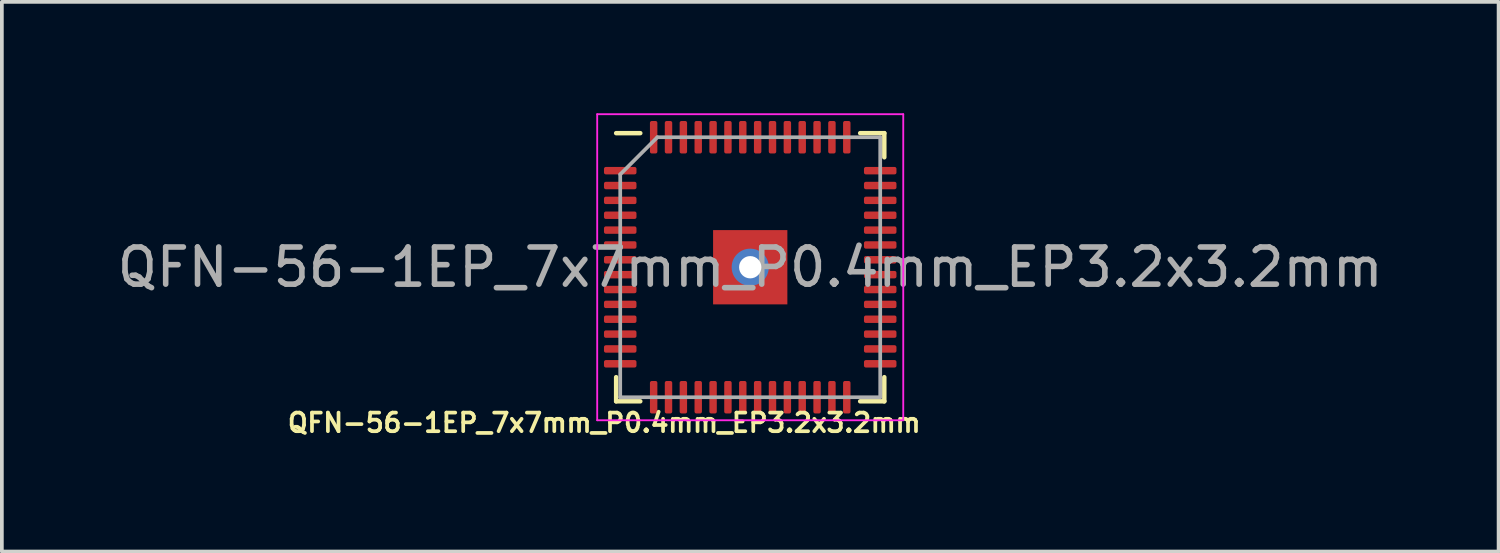
<source format=kicad_pcb>
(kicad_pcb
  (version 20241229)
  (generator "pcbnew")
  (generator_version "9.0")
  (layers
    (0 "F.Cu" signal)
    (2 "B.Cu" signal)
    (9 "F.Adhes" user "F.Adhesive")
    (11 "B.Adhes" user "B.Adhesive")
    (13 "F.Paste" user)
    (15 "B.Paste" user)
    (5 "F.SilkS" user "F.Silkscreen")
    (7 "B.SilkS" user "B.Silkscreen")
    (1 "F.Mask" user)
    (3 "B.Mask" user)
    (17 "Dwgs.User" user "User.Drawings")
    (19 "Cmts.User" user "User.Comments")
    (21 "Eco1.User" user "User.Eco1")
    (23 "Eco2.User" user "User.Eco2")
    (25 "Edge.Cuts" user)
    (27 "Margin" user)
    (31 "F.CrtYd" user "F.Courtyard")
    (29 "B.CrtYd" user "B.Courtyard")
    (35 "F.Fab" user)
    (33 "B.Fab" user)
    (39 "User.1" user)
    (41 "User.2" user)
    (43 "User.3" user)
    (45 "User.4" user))
  (footprint "QFN-56-1EP_7x7mm_P0.4mm_EP3.2x3.2mm"
    (layer "F.Cu")
    (at 17.149 4.145)
    (property "Reference" "QFN-56-1EP_7x7mm_P0.4mm_EP3.2x3.2mm" (at -3.93 4.188 0) (layer "F.SilkS") (effects (font (size 0.5 0.5) (thickness 0.1) (bold yes))))
    (attr smd)
    (fp_line (start -3.61 -3.61) (end -2.96 -3.61) (stroke (width 0.12) (type solid)) (layer "F.SilkS"))
    (fp_line (start -3.61 2.96) (end -3.61 3.61) (stroke (width 0.12) (type solid)) (layer "F.SilkS"))
    (fp_line (start -3.61 3.61) (end -2.96 3.61) (stroke (width 0.12) (type solid)) (layer "F.SilkS"))
    (fp_line (start 3.61 -3.61) (end 2.96 -3.61) (stroke (width 0.12) (type solid)) (layer "F.SilkS"))
    (fp_line (start 3.61 -2.96) (end 3.61 -3.61) (stroke (width 0.12) (type solid)) (layer "F.SilkS"))
    (fp_line (start 3.61 2.96) (end 3.61 3.61) (stroke (width 0.12) (type solid)) (layer "F.SilkS"))
    (fp_line (start 3.61 3.61) (end 2.96 3.61) (stroke (width 0.12) (type solid)) (layer "F.SilkS"))
    (fp_line (start -4.12 -4.12) (end 4.12 -4.12) (stroke (width 0.05) (type solid)) (layer "F.CrtYd"))
    (fp_line (start -4.12 4.12) (end -4.12 -4.12) (stroke (width 0.05) (type solid)) (layer "F.CrtYd"))
    (fp_line (start 4.12 -4.12) (end 4.12 4.12) (stroke (width 0.05) (type solid)) (layer "F.CrtYd"))
    (fp_line (start 4.12 4.12) (end -4.12 4.12) (stroke (width 0.05) (type solid)) (layer "F.CrtYd"))
    (fp_line (start -3.5 -2.5) (end -3.5 3.5) (stroke (width 0.1) (type solid)) (layer "F.Fab"))
    (fp_line (start -3.5 3.5) (end 3.5 3.5) (stroke (width 0.1) (type solid)) (layer "F.Fab"))
    (fp_line (start -2.5 -3.5) (end -3.5 -2.5) (stroke (width 0.1) (type solid)) (layer "F.Fab"))
    (fp_line (start 3.5 -3.5) (end -2.5 -3.5) (stroke (width 0.1) (type solid)) (layer "F.Fab"))
    (fp_line (start 3.5 3.5) (end 3.5 -3.5) (stroke (width 0.1) (type solid)) (layer "F.Fab"))
    (fp_text user "${REFERENCE}" (at 0 0 0) (layer "F.Fab") (effects (font (size 1 1) (thickness 0.15))))
    (pad "" smd roundrect (at -0.6 -0.6) (size 0.8 0.8) (layers "F.Paste") (roundrect_rratio 0.194))
    (pad "" smd roundrect (at -0.6 0.6) (size 0.8 0.8) (layers "F.Paste") (roundrect_rratio 0.194))
    (pad "" smd roundrect (at 0.6 -0.6) (size 0.8 0.8) (layers "F.Paste") (roundrect_rratio 0.194))
    (pad "" smd roundrect (at 0.6 0.6) (size 0.8 0.8) (layers "F.Paste") (roundrect_rratio 0.194))
    (pad "1" smd roundrect (at -3.5 -2.6) (size 0.875 0.2) (layers "F.Cu" "F.Mask" "F.Paste") (roundrect_rratio 0.25))
    (pad "2" smd roundrect (at -3.5 -2.2) (size 0.875 0.2) (layers "F.Cu" "F.Mask" "F.Paste") (roundrect_rratio 0.25))
    (pad "3" smd roundrect (at -3.5 -1.8) (size 0.875 0.2) (layers "F.Cu" "F.Mask" "F.Paste") (roundrect_rratio 0.25))
    (pad "4" smd roundrect (at -3.5 -1.4) (size 0.875 0.2) (layers "F.Cu" "F.Mask" "F.Paste") (roundrect_rratio 0.25))
    (pad "5" smd roundrect (at -3.5 -1) (size 0.875 0.2) (layers "F.Cu" "F.Mask" "F.Paste") (roundrect_rratio 0.25))
    (pad "6" smd roundrect (at -3.5 -0.6) (size 0.875 0.2) (layers "F.Cu" "F.Mask" "F.Paste") (roundrect_rratio 0.25))
    (pad "7" smd roundrect (at -3.5 -0.2) (size 0.875 0.2) (layers "F.Cu" "F.Mask" "F.Paste") (roundrect_rratio 0.25))
    (pad "8" smd roundrect (at -3.5 0.2) (size 0.875 0.2) (layers "F.Cu" "F.Mask" "F.Paste") (roundrect_rratio 0.25))
    (pad "9" smd roundrect (at -3.5 0.6) (size 0.875 0.2) (layers "F.Cu" "F.Mask" "F.Paste") (roundrect_rratio 0.25))
    (pad "10" smd roundrect (at -3.5 1) (size 0.875 0.2) (layers "F.Cu" "F.Mask" "F.Paste") (roundrect_rratio 0.25))
    (pad "11" smd roundrect (at -3.5 1.4) (size 0.875 0.2) (layers "F.Cu" "F.Mask" "F.Paste") (roundrect_rratio 0.25))
    (pad "12" smd roundrect (at -3.5 1.8) (size 0.875 0.2) (layers "F.Cu" "F.Mask" "F.Paste") (roundrect_rratio 0.25))
    (pad "13" smd roundrect (at -3.5 2.2) (size 0.875 0.2) (layers "F.Cu" "F.Mask" "F.Paste") (roundrect_rratio 0.25))
    (pad "14" smd roundrect (at -3.5 2.6) (size 0.875 0.2) (layers "F.Cu" "F.Mask" "F.Paste") (roundrect_rratio 0.25))
    (pad "15" smd roundrect (at -2.6 3.5) (size 0.2 0.875) (layers "F.Cu" "F.Mask" "F.Paste") (roundrect_rratio 0.25))
    (pad "16" smd roundrect (at -2.2 3.5) (size 0.2 0.875) (layers "F.Cu" "F.Mask" "F.Paste") (roundrect_rratio 0.25))
    (pad "17" smd roundrect (at -1.8 3.5) (size 0.2 0.875) (layers "F.Cu" "F.Mask" "F.Paste") (roundrect_rratio 0.25))
    (pad "18" smd roundrect (at -1.4 3.5) (size 0.2 0.875) (layers "F.Cu" "F.Mask" "F.Paste") (roundrect_rratio 0.25))
    (pad "19" smd roundrect (at -1 3.5) (size 0.2 0.875) (layers "F.Cu" "F.Mask" "F.Paste") (roundrect_rratio 0.25))
    (pad "20" smd roundrect (at -0.6 3.5) (size 0.2 0.875) (layers "F.Cu" "F.Mask" "F.Paste") (roundrect_rratio 0.25))
    (pad "21" smd roundrect (at -0.2 3.5) (size 0.2 0.875) (layers "F.Cu" "F.Mask" "F.Paste") (roundrect_rratio 0.25))
    (pad "22" smd roundrect (at 0.2 3.5) (size 0.2 0.875) (layers "F.Cu" "F.Mask" "F.Paste") (roundrect_rratio 0.25))
    (pad "23" smd roundrect (at 0.6 3.5) (size 0.2 0.875) (layers "F.Cu" "F.Mask" "F.Paste") (roundrect_rratio 0.25))
    (pad "24" smd roundrect (at 1 3.5) (size 0.2 0.875) (layers "F.Cu" "F.Mask" "F.Paste") (roundrect_rratio 0.25))
    (pad "25" smd roundrect (at 1.4 3.5) (size 0.2 0.875) (layers "F.Cu" "F.Mask" "F.Paste") (roundrect_rratio 0.25))
    (pad "26" smd roundrect (at 1.8 3.5) (size 0.2 0.875) (layers "F.Cu" "F.Mask" "F.Paste") (roundrect_rratio 0.25))
    (pad "27" smd roundrect (at 2.2 3.5) (size 0.2 0.875) (layers "F.Cu" "F.Mask" "F.Paste") (roundrect_rratio 0.25))
    (pad "28" smd roundrect (at 2.6 3.5) (size 0.2 0.875) (layers "F.Cu" "F.Mask" "F.Paste") (roundrect_rratio 0.25))
    (pad "29" smd roundrect (at 3.5 2.6) (size 0.875 0.2) (layers "F.Cu" "F.Mask" "F.Paste") (roundrect_rratio 0.25))
    (pad "30" smd roundrect (at 3.5 2.2) (size 0.875 0.2) (layers "F.Cu" "F.Mask" "F.Paste") (roundrect_rratio 0.25))
    (pad "31" smd roundrect (at 3.5 1.8) (size 0.875 0.2) (layers "F.Cu" "F.Mask" "F.Paste") (roundrect_rratio 0.25))
    (pad "32" smd roundrect (at 3.5 1.4) (size 0.875 0.2) (layers "F.Cu" "F.Mask" "F.Paste") (roundrect_rratio 0.25))
    (pad "33" smd roundrect (at 3.5 1) (size 0.875 0.2) (layers "F.Cu" "F.Mask" "F.Paste") (roundrect_rratio 0.25))
    (pad "34" smd roundrect (at 3.5 0.6) (size 0.875 0.2) (layers "F.Cu" "F.Mask" "F.Paste") (roundrect_rratio 0.25))
    (pad "35" smd roundrect (at 3.5 0.2) (size 0.875 0.2) (layers "F.Cu" "F.Mask" "F.Paste") (roundrect_rratio 0.25))
    (pad "36" smd roundrect (at 3.5 -0.2) (size 0.875 0.2) (layers "F.Cu" "F.Mask" "F.Paste") (roundrect_rratio 0.25))
    (pad "37" smd roundrect (at 3.5 -0.6) (size 0.875 0.2) (layers "F.Cu" "F.Mask" "F.Paste") (roundrect_rratio 0.25))
    (pad "38" smd roundrect (at 3.5 -1) (size 0.875 0.2) (layers "F.Cu" "F.Mask" "F.Paste") (roundrect_rratio 0.25))
    (pad "39" smd roundrect (at 3.5 -1.4) (size 0.875 0.2) (layers "F.Cu" "F.Mask" "F.Paste") (roundrect_rratio 0.25))
    (pad "40" smd roundrect (at 3.5 -1.8) (size 0.875 0.2) (layers "F.Cu" "F.Mask" "F.Paste") (roundrect_rratio 0.25))
    (pad "41" smd roundrect (at 3.5 -2.2) (size 0.875 0.2) (layers "F.Cu" "F.Mask" "F.Paste") (roundrect_rratio 0.25))
    (pad "42" smd roundrect (at 3.5 -2.6) (size 0.875 0.2) (layers "F.Cu" "F.Mask" "F.Paste") (roundrect_rratio 0.25))
    (pad "43" smd roundrect (at 2.6 -3.5) (size 0.2 0.875) (layers "F.Cu" "F.Mask" "F.Paste") (roundrect_rratio 0.25))
    (pad "44" smd roundrect (at 2.2 -3.5) (size 0.2 0.875) (layers "F.Cu" "F.Mask" "F.Paste") (roundrect_rratio 0.25))
    (pad "45" smd roundrect (at 1.8 -3.5) (size 0.2 0.875) (layers "F.Cu" "F.Mask" "F.Paste") (roundrect_rratio 0.25))
    (pad "46" smd roundrect (at 1.4 -3.5) (size 0.2 0.875) (layers "F.Cu" "F.Mask" "F.Paste") (roundrect_rratio 0.25))
    (pad "47" smd roundrect (at 1 -3.5) (size 0.2 0.875) (layers "F.Cu" "F.Mask" "F.Paste") (roundrect_rratio 0.25))
    (pad "48" smd roundrect (at 0.6 -3.5) (size 0.2 0.875) (layers "F.Cu" "F.Mask" "F.Paste") (roundrect_rratio 0.25))
    (pad "49" smd roundrect (at 0.2 -3.5) (size 0.2 0.875) (layers "F.Cu" "F.Mask" "F.Paste") (roundrect_rratio 0.25))
    (pad "50" smd roundrect (at -0.2 -3.5) (size 0.2 0.875) (layers "F.Cu" "F.Mask" "F.Paste") (roundrect_rratio 0.25))
    (pad "51" smd roundrect (at -0.6 -3.5) (size 0.2 0.875) (layers "F.Cu" "F.Mask" "F.Paste") (roundrect_rratio 0.25))
    (pad "52" smd roundrect (at -1 -3.5) (size 0.2 0.875) (layers "F.Cu" "F.Mask" "F.Paste") (roundrect_rratio 0.25))
    (pad "53" smd roundrect (at -1.4 -3.5) (size 0.2 0.875) (layers "F.Cu" "F.Mask" "F.Paste") (roundrect_rratio 0.25))
    (pad "54" smd roundrect (at -1.8 -3.5) (size 0.2 0.875) (layers "F.Cu" "F.Mask" "F.Paste") (roundrect_rratio 0.25))
    (pad "55" smd roundrect (at -2.2 -3.5) (size 0.2 0.875) (layers "F.Cu" "F.Mask" "F.Paste") (roundrect_rratio 0.25))
    (pad "56" smd roundrect (at -2.6 -3.5) (size 0.2 0.875) (layers "F.Cu" "F.Mask" "F.Paste") (roundrect_rratio 0.25))
    (pad "57" thru_hole circle (at 0 0) (size 1 1) (drill 0.6) (layers "*.Cu" "*.Mask"))
    (pad "57" smd rect (at 0 0) (size 2 2) (layers "F.Cu" "F.Mask")))
  (gr_rect
    (start -3 -3)
    (end 37.298 11.8)
    (stroke (width 0.1) (type default))
    (fill no)
    (layer "Edge.Cuts")))
</source>
